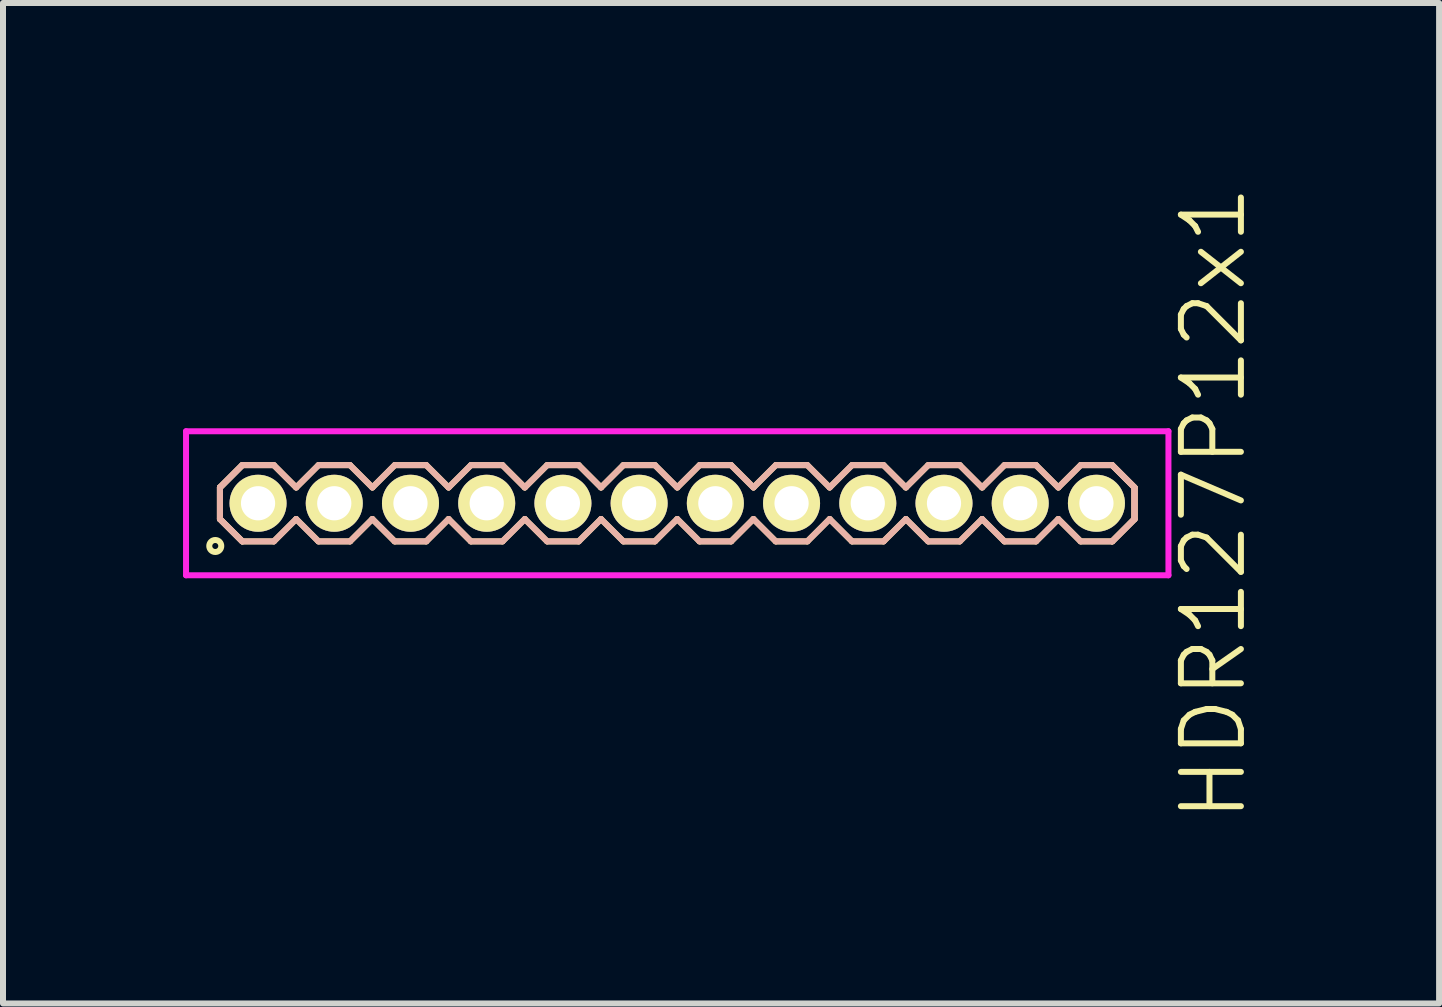
<source format=kicad_pcb>
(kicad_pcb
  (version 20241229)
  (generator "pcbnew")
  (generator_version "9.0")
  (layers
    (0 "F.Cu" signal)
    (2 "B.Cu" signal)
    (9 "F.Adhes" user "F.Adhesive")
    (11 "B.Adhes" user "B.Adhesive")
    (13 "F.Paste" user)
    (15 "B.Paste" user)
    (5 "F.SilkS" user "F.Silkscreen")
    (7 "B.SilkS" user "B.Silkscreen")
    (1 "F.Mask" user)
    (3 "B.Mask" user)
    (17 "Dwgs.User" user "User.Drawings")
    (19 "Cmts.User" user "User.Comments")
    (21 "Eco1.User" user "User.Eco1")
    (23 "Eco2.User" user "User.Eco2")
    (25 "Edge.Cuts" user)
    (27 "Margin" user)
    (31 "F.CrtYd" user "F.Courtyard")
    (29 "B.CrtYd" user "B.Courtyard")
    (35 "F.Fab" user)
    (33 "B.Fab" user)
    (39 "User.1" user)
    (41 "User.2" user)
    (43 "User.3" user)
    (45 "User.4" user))
  (footprint "HDR127P12x1"
    (layer "F.Cu")
    (at 8.235 5.336)
    (property "Reference" "HDR127P12x1" (at 8.935 0 90) (layer "F.SilkS") (effects (font (size 1 1) (thickness 0.1))))
    (attr through_hole)
    (fp_line (start -7.62 -0.263) (end -7.248 -0.635) (stroke (width 0.1) (type solid)) (layer "F.SilkS"))
    (fp_line (start -7.62 -0.263) (end -7.248 -0.635) (stroke (width 0.1) (type solid)) (layer "F.SilkS"))
    (fp_line (start -7.62 0.263) (end -7.62 -0.263) (stroke (width 0.1) (type solid)) (layer "F.SilkS"))
    (fp_line (start -7.62 0.263) (end -7.62 -0.263) (stroke (width 0.1) (type solid)) (layer "F.SilkS"))
    (fp_line (start -7.248 -0.635) (end -6.722 -0.635) (stroke (width 0.1) (type solid)) (layer "F.SilkS"))
    (fp_line (start -7.248 0.635) (end -7.62 0.263) (stroke (width 0.1) (type solid)) (layer "F.SilkS"))
    (fp_line (start -7.248 0.635) (end -7.62 0.263) (stroke (width 0.1) (type solid)) (layer "F.SilkS"))
    (fp_line (start -6.722 -0.635) (end -6.35 -0.263) (stroke (width 0.1) (type solid)) (layer "F.SilkS"))
    (fp_line (start -6.722 0.635) (end -7.248 0.635) (stroke (width 0.1) (type solid)) (layer "F.SilkS"))
    (fp_line (start -6.35 -0.263) (end -5.978 -0.635) (stroke (width 0.1) (type solid)) (layer "F.SilkS"))
    (fp_line (start -6.35 0.263) (end -6.722 0.635) (stroke (width 0.1) (type solid)) (layer "F.SilkS"))
    (fp_line (start -5.978 -0.635) (end -5.452 -0.635) (stroke (width 0.1) (type solid)) (layer "F.SilkS"))
    (fp_line (start -5.978 0.635) (end -6.35 0.263) (stroke (width 0.1) (type solid)) (layer "F.SilkS"))
    (fp_line (start -5.452 -0.635) (end -5.08 -0.263) (stroke (width 0.1) (type solid)) (layer "F.SilkS"))
    (fp_line (start -5.452 0.635) (end -5.978 0.635) (stroke (width 0.1) (type solid)) (layer "F.SilkS"))
    (fp_line (start -5.08 -0.263) (end -4.708 -0.635) (stroke (width 0.1) (type solid)) (layer "F.SilkS"))
    (fp_line (start -5.08 0.263) (end -5.452 0.635) (stroke (width 0.1) (type solid)) (layer "F.SilkS"))
    (fp_line (start -4.708 -0.635) (end -4.182 -0.635) (stroke (width 0.1) (type solid)) (layer "F.SilkS"))
    (fp_line (start -4.708 0.635) (end -5.08 0.263) (stroke (width 0.1) (type solid)) (layer "F.SilkS"))
    (fp_line (start -4.182 -0.635) (end -3.81 -0.263) (stroke (width 0.1) (type solid)) (layer "F.SilkS"))
    (fp_line (start -4.182 0.635) (end -4.708 0.635) (stroke (width 0.1) (type solid)) (layer "F.SilkS"))
    (fp_line (start -3.81 -0.263) (end -3.438 -0.635) (stroke (width 0.1) (type solid)) (layer "F.SilkS"))
    (fp_line (start -3.81 0.263) (end -4.182 0.635) (stroke (width 0.1) (type solid)) (layer "F.SilkS"))
    (fp_line (start -3.438 -0.635) (end -2.912 -0.635) (stroke (width 0.1) (type solid)) (layer "F.SilkS"))
    (fp_line (start -3.438 0.635) (end -3.81 0.263) (stroke (width 0.1) (type solid)) (layer "F.SilkS"))
    (fp_line (start -2.912 -0.635) (end -2.54 -0.263) (stroke (width 0.1) (type solid)) (layer "F.SilkS"))
    (fp_line (start -2.912 0.635) (end -3.438 0.635) (stroke (width 0.1) (type solid)) (layer "F.SilkS"))
    (fp_line (start -2.54 -0.263) (end -2.168 -0.635) (stroke (width 0.1) (type solid)) (layer "F.SilkS"))
    (fp_line (start -2.54 0.263) (end -2.912 0.635) (stroke (width 0.1) (type solid)) (layer "F.SilkS"))
    (fp_line (start -2.168 -0.635) (end -1.642 -0.635) (stroke (width 0.1) (type solid)) (layer "F.SilkS"))
    (fp_line (start -2.168 0.635) (end -2.54 0.263) (stroke (width 0.1) (type solid)) (layer "F.SilkS"))
    (fp_line (start -1.642 -0.635) (end -1.27 -0.263) (stroke (width 0.1) (type solid)) (layer "F.SilkS"))
    (fp_line (start -1.642 0.635) (end -2.168 0.635) (stroke (width 0.1) (type solid)) (layer "F.SilkS"))
    (fp_line (start -1.27 -0.263) (end -0.898 -0.635) (stroke (width 0.1) (type solid)) (layer "F.SilkS"))
    (fp_line (start -1.27 0.263) (end -1.642 0.635) (stroke (width 0.1) (type solid)) (layer "F.SilkS"))
    (fp_line (start -0.898 -0.635) (end -0.372 -0.635) (stroke (width 0.1) (type solid)) (layer "F.SilkS"))
    (fp_line (start -0.898 0.635) (end -1.27 0.263) (stroke (width 0.1) (type solid)) (layer "F.SilkS"))
    (fp_line (start -0.372 -0.635) (end 0 -0.263) (stroke (width 0.1) (type solid)) (layer "F.SilkS"))
    (fp_line (start -0.372 0.635) (end -0.898 0.635) (stroke (width 0.1) (type solid)) (layer "F.SilkS"))
    (fp_line (start 0 -0.263) (end 0.372 -0.635) (stroke (width 0.1) (type solid)) (layer "F.SilkS"))
    (fp_line (start 0 0.263) (end -0.372 0.635) (stroke (width 0.1) (type solid)) (layer "F.SilkS"))
    (fp_line (start 0.372 -0.635) (end 0.898 -0.635) (stroke (width 0.1) (type solid)) (layer "F.SilkS"))
    (fp_line (start 0.372 0.635) (end 0 0.263) (stroke (width 0.1) (type solid)) (layer "F.SilkS"))
    (fp_line (start 0.898 -0.635) (end 1.27 -0.263) (stroke (width 0.1) (type solid)) (layer "F.SilkS"))
    (fp_line (start 0.898 0.635) (end 0.372 0.635) (stroke (width 0.1) (type solid)) (layer "F.SilkS"))
    (fp_line (start 1.27 -0.263) (end 1.642 -0.635) (stroke (width 0.1) (type solid)) (layer "F.SilkS"))
    (fp_line (start 1.27 0.263) (end 0.898 0.635) (stroke (width 0.1) (type solid)) (layer "F.SilkS"))
    (fp_line (start 1.642 -0.635) (end 2.168 -0.635) (stroke (width 0.1) (type solid)) (layer "F.SilkS"))
    (fp_line (start 1.642 0.635) (end 1.27 0.263) (stroke (width 0.1) (type solid)) (layer "F.SilkS"))
    (fp_line (start 2.168 -0.635) (end 2.54 -0.263) (stroke (width 0.1) (type solid)) (layer "F.SilkS"))
    (fp_line (start 2.168 0.635) (end 1.642 0.635) (stroke (width 0.1) (type solid)) (layer "F.SilkS"))
    (fp_line (start 2.54 -0.263) (end 2.912 -0.635) (stroke (width 0.1) (type solid)) (layer "F.SilkS"))
    (fp_line (start 2.54 0.263) (end 2.168 0.635) (stroke (width 0.1) (type solid)) (layer "F.SilkS"))
    (fp_line (start 2.912 -0.635) (end 3.438 -0.635) (stroke (width 0.1) (type solid)) (layer "F.SilkS"))
    (fp_line (start 2.912 0.635) (end 2.54 0.263) (stroke (width 0.1) (type solid)) (layer "F.SilkS"))
    (fp_line (start 3.438 -0.635) (end 3.81 -0.263) (stroke (width 0.1) (type solid)) (layer "F.SilkS"))
    (fp_line (start 3.438 0.635) (end 2.912 0.635) (stroke (width 0.1) (type solid)) (layer "F.SilkS"))
    (fp_line (start 3.81 -0.263) (end 4.182 -0.635) (stroke (width 0.1) (type solid)) (layer "F.SilkS"))
    (fp_line (start 3.81 0.263) (end 3.438 0.635) (stroke (width 0.1) (type solid)) (layer "F.SilkS"))
    (fp_line (start 4.182 -0.635) (end 4.708 -0.635) (stroke (width 0.1) (type solid)) (layer "F.SilkS"))
    (fp_line (start 4.182 0.635) (end 3.81 0.263) (stroke (width 0.1) (type solid)) (layer "F.SilkS"))
    (fp_line (start 4.708 -0.635) (end 5.08 -0.263) (stroke (width 0.1) (type solid)) (layer "F.SilkS"))
    (fp_line (start 4.708 0.635) (end 4.182 0.635) (stroke (width 0.1) (type solid)) (layer "F.SilkS"))
    (fp_line (start 5.08 -0.263) (end 5.452 -0.635) (stroke (width 0.1) (type solid)) (layer "F.SilkS"))
    (fp_line (start 5.08 0.263) (end 4.708 0.635) (stroke (width 0.1) (type solid)) (layer "F.SilkS"))
    (fp_line (start 5.452 -0.635) (end 5.978 -0.635) (stroke (width 0.1) (type solid)) (layer "F.SilkS"))
    (fp_line (start 5.452 0.635) (end 5.08 0.263) (stroke (width 0.1) (type solid)) (layer "F.SilkS"))
    (fp_line (start 5.978 -0.635) (end 6.35 -0.263) (stroke (width 0.1) (type solid)) (layer "F.SilkS"))
    (fp_line (start 5.978 0.635) (end 5.452 0.635) (stroke (width 0.1) (type solid)) (layer "F.SilkS"))
    (fp_line (start 6.35 -0.263) (end 6.722 -0.635) (stroke (width 0.1) (type solid)) (layer "F.SilkS"))
    (fp_line (start 6.35 0.263) (end 5.978 0.635) (stroke (width 0.1) (type solid)) (layer "F.SilkS"))
    (fp_line (start 6.722 -0.635) (end 7.248 -0.635) (stroke (width 0.1) (type solid)) (layer "F.SilkS"))
    (fp_line (start 6.722 0.635) (end 6.35 0.263) (stroke (width 0.1) (type solid)) (layer "F.SilkS"))
    (fp_line (start 7.248 -0.635) (end 7.62 -0.263) (stroke (width 0.1) (type solid)) (layer "F.SilkS"))
    (fp_line (start 7.248 -0.635) (end 7.62 -0.263) (stroke (width 0.1) (type solid)) (layer "F.SilkS"))
    (fp_line (start 7.248 0.635) (end 6.722 0.635) (stroke (width 0.1) (type solid)) (layer "F.SilkS"))
    (fp_line (start 7.62 -0.263) (end 7.62 0.263) (stroke (width 0.1) (type solid)) (layer "F.SilkS"))
    (fp_line (start 7.62 -0.263) (end 7.62 0.263) (stroke (width 0.1) (type solid)) (layer "F.SilkS"))
    (fp_line (start 7.62 0.263) (end 7.248 0.635) (stroke (width 0.1) (type solid)) (layer "F.SilkS"))
    (fp_line (start 7.62 0.263) (end 7.248 0.635) (stroke (width 0.1) (type solid)) (layer "F.SilkS"))
    (fp_circle (center -7.698 0.712) (end -7.598 0.712) (stroke (width 0.1) (type solid)) (fill no) (layer "F.SilkS"))
    (fp_line (start -7.62 -0.263) (end -7.248 -0.635) (stroke (width 0.1) (type solid)) (layer "B.SilkS"))
    (fp_line (start -7.62 -0.263) (end -7.248 -0.635) (stroke (width 0.1) (type solid)) (layer "B.SilkS"))
    (fp_line (start -7.62 0.263) (end -7.62 -0.263) (stroke (width 0.1) (type solid)) (layer "B.SilkS"))
    (fp_line (start -7.62 0.263) (end -7.62 -0.263) (stroke (width 0.1) (type solid)) (layer "B.SilkS"))
    (fp_line (start -7.248 -0.635) (end -6.722 -0.635) (stroke (width 0.1) (type solid)) (layer "B.SilkS"))
    (fp_line (start -7.248 0.635) (end -7.62 0.263) (stroke (width 0.1) (type solid)) (layer "B.SilkS"))
    (fp_line (start -7.248 0.635) (end -7.62 0.263) (stroke (width 0.1) (type solid)) (layer "B.SilkS"))
    (fp_line (start -6.722 -0.635) (end -6.35 -0.263) (stroke (width 0.1) (type solid)) (layer "B.SilkS"))
    (fp_line (start -6.722 0.635) (end -7.248 0.635) (stroke (width 0.1) (type solid)) (layer "B.SilkS"))
    (fp_line (start -6.35 -0.263) (end -5.978 -0.635) (stroke (width 0.1) (type solid)) (layer "B.SilkS"))
    (fp_line (start -6.35 0.263) (end -6.722 0.635) (stroke (width 0.1) (type solid)) (layer "B.SilkS"))
    (fp_line (start -5.978 -0.635) (end -5.452 -0.635) (stroke (width 0.1) (type solid)) (layer "B.SilkS"))
    (fp_line (start -5.978 0.635) (end -6.35 0.263) (stroke (width 0.1) (type solid)) (layer "B.SilkS"))
    (fp_line (start -5.452 -0.635) (end -5.08 -0.263) (stroke (width 0.1) (type solid)) (layer "B.SilkS"))
    (fp_line (start -5.452 0.635) (end -5.978 0.635) (stroke (width 0.1) (type solid)) (layer "B.SilkS"))
    (fp_line (start -5.08 -0.263) (end -4.708 -0.635) (stroke (width 0.1) (type solid)) (layer "B.SilkS"))
    (fp_line (start -5.08 0.263) (end -5.452 0.635) (stroke (width 0.1) (type solid)) (layer "B.SilkS"))
    (fp_line (start -4.708 -0.635) (end -4.182 -0.635) (stroke (width 0.1) (type solid)) (layer "B.SilkS"))
    (fp_line (start -4.708 0.635) (end -5.08 0.263) (stroke (width 0.1) (type solid)) (layer "B.SilkS"))
    (fp_line (start -4.182 -0.635) (end -3.81 -0.263) (stroke (width 0.1) (type solid)) (layer "B.SilkS"))
    (fp_line (start -4.182 0.635) (end -4.708 0.635) (stroke (width 0.1) (type solid)) (layer "B.SilkS"))
    (fp_line (start -3.81 -0.263) (end -3.438 -0.635) (stroke (width 0.1) (type solid)) (layer "B.SilkS"))
    (fp_line (start -3.81 0.263) (end -4.182 0.635) (stroke (width 0.1) (type solid)) (layer "B.SilkS"))
    (fp_line (start -3.438 -0.635) (end -2.912 -0.635) (stroke (width 0.1) (type solid)) (layer "B.SilkS"))
    (fp_line (start -3.438 0.635) (end -3.81 0.263) (stroke (width 0.1) (type solid)) (layer "B.SilkS"))
    (fp_line (start -2.912 -0.635) (end -2.54 -0.263) (stroke (width 0.1) (type solid)) (layer "B.SilkS"))
    (fp_line (start -2.912 0.635) (end -3.438 0.635) (stroke (width 0.1) (type solid)) (layer "B.SilkS"))
    (fp_line (start -2.54 -0.263) (end -2.168 -0.635) (stroke (width 0.1) (type solid)) (layer "B.SilkS"))
    (fp_line (start -2.54 0.263) (end -2.912 0.635) (stroke (width 0.1) (type solid)) (layer "B.SilkS"))
    (fp_line (start -2.168 -0.635) (end -1.642 -0.635) (stroke (width 0.1) (type solid)) (layer "B.SilkS"))
    (fp_line (start -2.168 0.635) (end -2.54 0.263) (stroke (width 0.1) (type solid)) (layer "B.SilkS"))
    (fp_line (start -1.642 -0.635) (end -1.27 -0.263) (stroke (width 0.1) (type solid)) (layer "B.SilkS"))
    (fp_line (start -1.642 0.635) (end -2.168 0.635) (stroke (width 0.1) (type solid)) (layer "B.SilkS"))
    (fp_line (start -1.27 -0.263) (end -0.898 -0.635) (stroke (width 0.1) (type solid)) (layer "B.SilkS"))
    (fp_line (start -1.27 0.263) (end -1.642 0.635) (stroke (width 0.1) (type solid)) (layer "B.SilkS"))
    (fp_line (start -0.898 -0.635) (end -0.372 -0.635) (stroke (width 0.1) (type solid)) (layer "B.SilkS"))
    (fp_line (start -0.898 0.635) (end -1.27 0.263) (stroke (width 0.1) (type solid)) (layer "B.SilkS"))
    (fp_line (start -0.372 -0.635) (end 0 -0.263) (stroke (width 0.1) (type solid)) (layer "B.SilkS"))
    (fp_line (start -0.372 0.635) (end -0.898 0.635) (stroke (width 0.1) (type solid)) (layer "B.SilkS"))
    (fp_line (start 0 -0.263) (end 0.372 -0.635) (stroke (width 0.1) (type solid)) (layer "B.SilkS"))
    (fp_line (start 0 0.263) (end -0.372 0.635) (stroke (width 0.1) (type solid)) (layer "B.SilkS"))
    (fp_line (start 0.372 -0.635) (end 0.898 -0.635) (stroke (width 0.1) (type solid)) (layer "B.SilkS"))
    (fp_line (start 0.372 0.635) (end 0 0.263) (stroke (width 0.1) (type solid)) (layer "B.SilkS"))
    (fp_line (start 0.898 -0.635) (end 1.27 -0.263) (stroke (width 0.1) (type solid)) (layer "B.SilkS"))
    (fp_line (start 0.898 0.635) (end 0.372 0.635) (stroke (width 0.1) (type solid)) (layer "B.SilkS"))
    (fp_line (start 1.27 -0.263) (end 1.642 -0.635) (stroke (width 0.1) (type solid)) (layer "B.SilkS"))
    (fp_line (start 1.27 0.263) (end 0.898 0.635) (stroke (width 0.1) (type solid)) (layer "B.SilkS"))
    (fp_line (start 1.642 -0.635) (end 2.168 -0.635) (stroke (width 0.1) (type solid)) (layer "B.SilkS"))
    (fp_line (start 1.642 0.635) (end 1.27 0.263) (stroke (width 0.1) (type solid)) (layer "B.SilkS"))
    (fp_line (start 2.168 -0.635) (end 2.54 -0.263) (stroke (width 0.1) (type solid)) (layer "B.SilkS"))
    (fp_line (start 2.168 0.635) (end 1.642 0.635) (stroke (width 0.1) (type solid)) (layer "B.SilkS"))
    (fp_line (start 2.54 -0.263) (end 2.912 -0.635) (stroke (width 0.1) (type solid)) (layer "B.SilkS"))
    (fp_line (start 2.54 0.263) (end 2.168 0.635) (stroke (width 0.1) (type solid)) (layer "B.SilkS"))
    (fp_line (start 2.912 -0.635) (end 3.438 -0.635) (stroke (width 0.1) (type solid)) (layer "B.SilkS"))
    (fp_line (start 2.912 0.635) (end 2.54 0.263) (stroke (width 0.1) (type solid)) (layer "B.SilkS"))
    (fp_line (start 3.438 -0.635) (end 3.81 -0.263) (stroke (width 0.1) (type solid)) (layer "B.SilkS"))
    (fp_line (start 3.438 0.635) (end 2.912 0.635) (stroke (width 0.1) (type solid)) (layer "B.SilkS"))
    (fp_line (start 3.81 -0.263) (end 4.182 -0.635) (stroke (width 0.1) (type solid)) (layer "B.SilkS"))
    (fp_line (start 3.81 0.263) (end 3.438 0.635) (stroke (width 0.1) (type solid)) (layer "B.SilkS"))
    (fp_line (start 4.182 -0.635) (end 4.708 -0.635) (stroke (width 0.1) (type solid)) (layer "B.SilkS"))
    (fp_line (start 4.182 0.635) (end 3.81 0.263) (stroke (width 0.1) (type solid)) (layer "B.SilkS"))
    (fp_line (start 4.708 -0.635) (end 5.08 -0.263) (stroke (width 0.1) (type solid)) (layer "B.SilkS"))
    (fp_line (start 4.708 0.635) (end 4.182 0.635) (stroke (width 0.1) (type solid)) (layer "B.SilkS"))
    (fp_line (start 5.08 -0.263) (end 5.452 -0.635) (stroke (width 0.1) (type solid)) (layer "B.SilkS"))
    (fp_line (start 5.08 0.263) (end 4.708 0.635) (stroke (width 0.1) (type solid)) (layer "B.SilkS"))
    (fp_line (start 5.452 -0.635) (end 5.978 -0.635) (stroke (width 0.1) (type solid)) (layer "B.SilkS"))
    (fp_line (start 5.452 0.635) (end 5.08 0.263) (stroke (width 0.1) (type solid)) (layer "B.SilkS"))
    (fp_line (start 5.978 -0.635) (end 6.35 -0.263) (stroke (width 0.1) (type solid)) (layer "B.SilkS"))
    (fp_line (start 5.978 0.635) (end 5.452 0.635) (stroke (width 0.1) (type solid)) (layer "B.SilkS"))
    (fp_line (start 6.35 -0.263) (end 6.722 -0.635) (stroke (width 0.1) (type solid)) (layer "B.SilkS"))
    (fp_line (start 6.35 0.263) (end 5.978 0.635) (stroke (width 0.1) (type solid)) (layer "B.SilkS"))
    (fp_line (start 6.722 -0.635) (end 7.248 -0.635) (stroke (width 0.1) (type solid)) (layer "B.SilkS"))
    (fp_line (start 6.722 0.635) (end 6.35 0.263) (stroke (width 0.1) (type solid)) (layer "B.SilkS"))
    (fp_line (start 7.248 -0.635) (end 7.62 -0.263) (stroke (width 0.1) (type solid)) (layer "B.SilkS"))
    (fp_line (start 7.248 -0.635) (end 7.62 -0.263) (stroke (width 0.1) (type solid)) (layer "B.SilkS"))
    (fp_line (start 7.248 0.635) (end 6.722 0.635) (stroke (width 0.1) (type solid)) (layer "B.SilkS"))
    (fp_line (start 7.62 -0.263) (end 7.62 0.263) (stroke (width 0.1) (type solid)) (layer "B.SilkS"))
    (fp_line (start 7.62 -0.263) (end 7.62 0.263) (stroke (width 0.1) (type solid)) (layer "B.SilkS"))
    (fp_line (start 7.62 0.263) (end 7.248 0.635) (stroke (width 0.1) (type solid)) (layer "B.SilkS"))
    (fp_line (start 7.62 0.263) (end 7.248 0.635) (stroke (width 0.1) (type solid)) (layer "B.SilkS"))
    (fp_line (start -8.185 -1.2) (end -8.185 1.2) (stroke (width 0.1) (type solid)) (layer "F.CrtYd"))
    (fp_line (start -8.185 1.2) (end 8.185 1.2) (stroke (width 0.1) (type solid)) (layer "F.CrtYd"))
    (fp_line (start 8.185 -1.2) (end -8.185 -1.2) (stroke (width 0.1) (type solid)) (layer "F.CrtYd"))
    (fp_line (start 8.185 1.2) (end 8.185 -1.2) (stroke (width 0.1) (type solid)) (layer "F.CrtYd"))
    (pad "1" thru_hole oval (at -6.985 0) (size 0.95 0.95) (drill 0.57) (layers "*.Cu" "*.Mask" "F.SilkS"))
    (pad "2" thru_hole oval (at -5.715 0) (size 0.95 0.95) (drill 0.57) (layers "*.Cu" "*.Mask" "F.SilkS"))
    (pad "3" thru_hole oval (at -4.445 0) (size 0.95 0.95) (drill 0.57) (layers "*.Cu" "*.Mask" "F.SilkS"))
    (pad "4" thru_hole oval (at -3.175 0) (size 0.95 0.95) (drill 0.57) (layers "*.Cu" "*.Mask" "F.SilkS"))
    (pad "5" thru_hole oval (at -1.905 0) (size 0.95 0.95) (drill 0.57) (layers "*.Cu" "*.Mask" "F.SilkS"))
    (pad "6" thru_hole oval (at -0.635 0) (size 0.95 0.95) (drill 0.57) (layers "*.Cu" "*.Mask" "F.SilkS"))
    (pad "7" thru_hole oval (at 0.635 0) (size 0.95 0.95) (drill 0.57) (layers "*.Cu" "*.Mask" "F.SilkS"))
    (pad "8" thru_hole oval (at 1.905 0) (size 0.95 0.95) (drill 0.57) (layers "*.Cu" "*.Mask" "F.SilkS"))
    (pad "9" thru_hole oval (at 3.175 0) (size 0.95 0.95) (drill 0.57) (layers "*.Cu" "*.Mask" "F.SilkS"))
    (pad "10" thru_hole oval (at 4.445 0) (size 0.95 0.95) (drill 0.57) (layers "*.Cu" "*.Mask" "F.SilkS"))
    (pad "11" thru_hole oval (at 5.715 0) (size 0.95 0.95) (drill 0.57) (layers "*.Cu" "*.Mask" "F.SilkS"))
    (pad "12" thru_hole oval (at 6.985 0) (size 0.95 0.95) (drill 0.57) (layers "*.Cu" "*.Mask" "F.SilkS")))
  (gr_rect
    (start -3 -3)
    (end 20.93 13.671)
    (stroke (width 0.1) (type default))
    (fill no)
    (layer "Edge.Cuts")))
</source>
